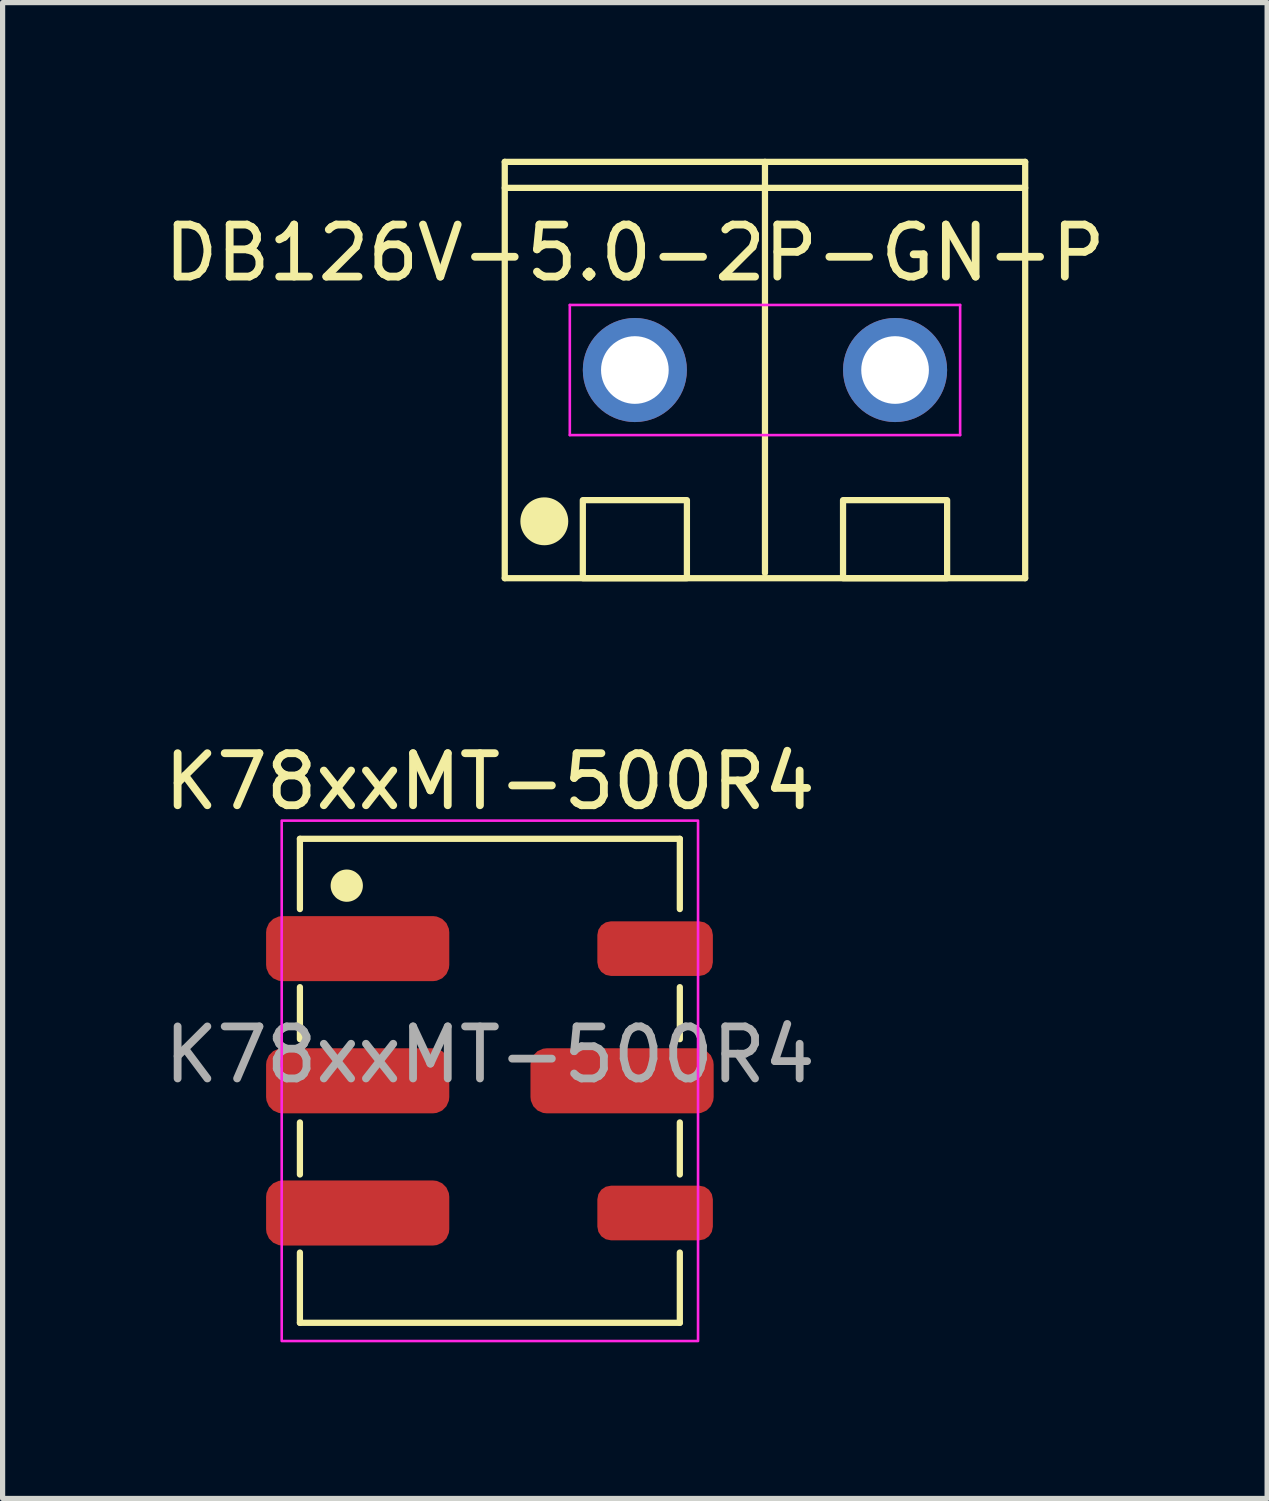
<source format=kicad_pcb>
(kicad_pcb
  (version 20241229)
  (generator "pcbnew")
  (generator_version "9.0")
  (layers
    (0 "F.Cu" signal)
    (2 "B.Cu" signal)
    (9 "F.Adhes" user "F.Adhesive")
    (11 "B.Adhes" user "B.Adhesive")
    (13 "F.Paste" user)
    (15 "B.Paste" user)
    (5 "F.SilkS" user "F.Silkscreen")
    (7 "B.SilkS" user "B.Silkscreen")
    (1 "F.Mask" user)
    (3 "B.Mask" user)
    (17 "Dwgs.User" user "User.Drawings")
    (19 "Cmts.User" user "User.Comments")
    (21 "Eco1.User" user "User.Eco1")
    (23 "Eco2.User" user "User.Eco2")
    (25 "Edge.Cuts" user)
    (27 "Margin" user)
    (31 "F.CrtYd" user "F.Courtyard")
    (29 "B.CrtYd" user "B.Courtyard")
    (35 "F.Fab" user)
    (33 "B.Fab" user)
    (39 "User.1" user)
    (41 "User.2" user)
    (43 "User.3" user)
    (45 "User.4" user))
  (footprint "DB126V-5.0-2P-GN-P"
    (layer "F.Cu")
    (at 11.649 4.06)
    (property "Reference" "DB126V-5.0-2P-GN-P" (at -2.5 -2.25 0) (layer "F.SilkS") (effects (font (size 1 1) (thickness 0.15))))
    (fp_line (start -5 -4) (end 5 -4) (stroke (width 0.12) (type solid)) (layer "F.SilkS"))
    (fp_line (start -5 -3.5) (end 5 -3.5) (stroke (width 0.12) (type solid)) (layer "F.SilkS"))
    (fp_line (start -5 4) (end -5 -4) (stroke (width 0.12) (type solid)) (layer "F.SilkS"))
    (fp_line (start 0 -4) (end 0 3.9) (stroke (width 0.12) (type solid)) (layer "F.SilkS"))
    (fp_line (start 5 -4) (end 5 4) (stroke (width 0.12) (type solid)) (layer "F.SilkS"))
    (fp_line (start 5 4) (end -5 4) (stroke (width 0.12) (type solid)) (layer "F.SilkS"))
    (fp_rect (start -3.5 4) (end -1.5 2.5) (stroke (width 0.12) (type solid)) (fill no) (layer "F.SilkS"))
    (fp_rect (start 1.5 4) (end 3.5 2.5) (stroke (width 0.12) (type solid)) (fill no) (layer "F.SilkS"))
    (fp_circle (center -4.24 2.907) (end -3.84 2.907) (stroke (width 0.12) (type solid)) (fill yes) (layer "F.SilkS"))
    (fp_line (start -3.75 -1.25) (end 3.75 -1.25) (stroke (width 0.05) (type solid)) (layer "F.CrtYd"))
    (fp_line (start -3.75 1.25) (end -3.75 -1.25) (stroke (width 0.05) (type solid)) (layer "F.CrtYd"))
    (fp_line (start 3.75 -1.25) (end 3.75 1.25) (stroke (width 0.05) (type solid)) (layer "F.CrtYd"))
    (fp_line (start 3.75 1.25) (end -3.75 1.25) (stroke (width 0.05) (type solid)) (layer "F.CrtYd"))
    (pad "1" thru_hole circle (at -2.5 0) (size 2 2) (drill 1.3) (layers "*.Cu" "*.Mask"))
    (pad "2" thru_hole circle (at 2.5 0) (size 2 2) (drill 1.3) (layers "*.Cu" "*.Mask")))
  (footprint "K78xxMT-500R4"
    (layer "F.Cu")
    (at 6.363 17.718)
    (property "Reference" "K78xxMT-500R4" (at 0 -5.75 0) (unlocked yes) (layer "F.SilkS") (effects (font (size 1 1) (thickness 0.15))))
    (attr smd)
    (fp_line (start -3.65 -4.65) (end -3.65 -3.3) (stroke (width 0.12) (type solid)) (layer "F.SilkS"))
    (fp_line (start -3.65 -4.65) (end 3.65 -4.65) (stroke (width 0.12) (type solid)) (layer "F.SilkS"))
    (fp_line (start -3.65 -0.8) (end -3.65 -1.8) (stroke (width 0.12) (type solid)) (layer "F.SilkS"))
    (fp_line (start -3.65 1.8) (end -3.65 0.8) (stroke (width 0.12) (type solid)) (layer "F.SilkS"))
    (fp_line (start -3.65 3.3) (end -3.65 4.65) (stroke (width 0.12) (type solid)) (layer "F.SilkS"))
    (fp_line (start -3.65 4.65) (end 3.65 4.65) (stroke (width 0.12) (type solid)) (layer "F.SilkS"))
    (fp_line (start 3.65 -4.65) (end 3.65 -3.3) (stroke (width 0.12) (type solid)) (layer "F.SilkS"))
    (fp_line (start 3.65 -0.8) (end 3.65 -1.8) (stroke (width 0.12) (type solid)) (layer "F.SilkS"))
    (fp_line (start 3.65 1.8) (end 3.65 0.8) (stroke (width 0.12) (type solid)) (layer "F.SilkS"))
    (fp_line (start 3.65 3.3) (end 3.65 4.65) (stroke (width 0.12) (type solid)) (layer "F.SilkS"))
    (fp_circle (center -2.75 -3.75) (end -2.5 -3.75) (stroke (width 0.12) (type solid)) (fill yes) (layer "F.SilkS"))
    (fp_rect (start -4 -5) (end 4 5) (stroke (width 0.05) (type solid)) (fill no) (layer "F.CrtYd"))
    (fp_text user "${REFERENCE}" (at 0 -0.5 0) (unlocked yes) (layer "F.Fab") (effects (font (size 1 1) (thickness 0.15))))
    (pad "1" smd roundrect (at -2.54 -2.54) (size 3.52 1.25) (layers "F.Cu" "F.Mask" "F.Paste") (roundrect_rratio 0.25))
    (pad "2" smd roundrect (at -2.54 0) (size 3.52 1.25) (layers "F.Cu" "F.Mask" "F.Paste") (roundrect_rratio 0.25))
    (pad "3" smd roundrect (at -2.54 2.54) (size 3.52 1.25) (layers "F.Cu" "F.Mask" "F.Paste") (roundrect_rratio 0.25))
    (pad "4" smd roundrect (at 3.175 2.54) (size 2.22 1.05) (layers "F.Cu" "F.Mask" "F.Paste") (roundrect_rratio 0.25))
    (pad "5" smd roundrect (at 2.54 0) (size 3.52 1.25) (layers "F.Cu" "F.Mask" "F.Paste") (roundrect_rratio 0.25))
    (pad "6" smd roundrect (at 3.175 -2.54) (size 2.22 1.05) (layers "F.Cu" "F.Mask" "F.Paste") (roundrect_rratio 0.25)))
  (gr_rect
    (start -3 -3)
    (end 21.298 25.743)
    (stroke (width 0.1) (type default))
    (fill no)
    (layer "Edge.Cuts")))
</source>
